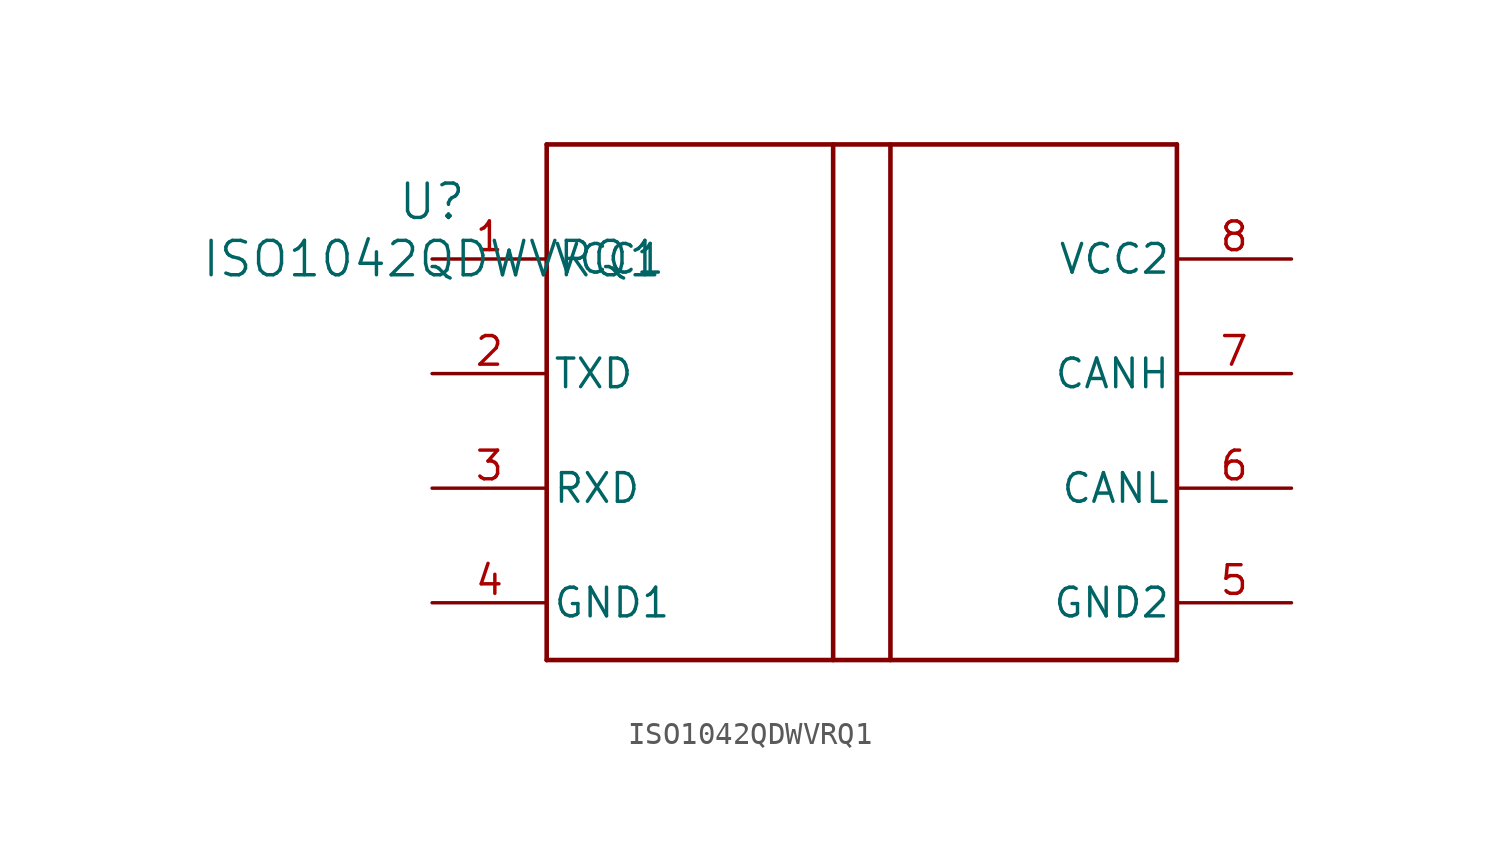
<source format=kicad_sym>
(kicad_symbol_lib
  (version 20211014)
  (generator kicad_symbol_editor)
  (symbol "ISO1042QDWVRQ1"
    (pin_names
      (offset 0.254))
    (property "Reference" "U"
      (at 0 2.54 0)
      (effects (font (size 1.524 1.524))))
    (property "Value" "ISO1042QDWVRQ1"
      (at 0 0 0)
      (effects (font (size 1.524 1.524))))
    (symbol "ISO1042QDWVRQ1_0_1"
      (polyline (pts (xy 5.08 -17.78) (xy 33.02 -17.78)) (stroke (width 0.203) (type default) (color 0 0 0 0)) (fill (type none)))
      (polyline (pts (xy 33.02 -17.78) (xy 33.02 5.08)) (stroke (width 0.203) (type default) (color 0 0 0 0)) (fill (type none)))
      (polyline (pts (xy 33.02 5.08) (xy 5.08 5.08)) (stroke (width 0.203) (type default) (color 0 0 0 0)) (fill (type none)))
      (polyline (pts (xy 5.08 5.08) (xy 5.08 -17.78)) (stroke (width 0.203) (type default) (color 0 0 0 0)) (fill (type none)))
      (polyline (pts (xy 17.78 5.08) (xy 17.78 -17.78)) (stroke (width 0.203) (type default) (color 0 0 0 0)) (fill (type none)))
      (polyline (pts (xy 20.32 5.08) (xy 20.32 -17.78)) (stroke (width 0.203) (type default) (color 0 0 0 0)) (fill (type none)))
      (pin power_in line (at 0 0 0) (length 5.08) (name "VCC1" (effects (font (size 1.27 1.27)))) (number "1" (effects (font (size 1.27 1.27)))))
      (pin input line (at 0 -5.08 0) (length 5.08) (name "TXD" (effects (font (size 1.27 1.27)))) (number "2" (effects (font (size 1.27 1.27)))))
      (pin output line (at 0 -10.16 0) (length 5.08) (name "RXD" (effects (font (size 1.27 1.27)))) (number "3" (effects (font (size 1.27 1.27)))))
      (pin power_in line (at 0 -15.24 0) (length 5.08) (name "GND1" (effects (font (size 1.27 1.27)))) (number "4" (effects (font (size 1.27 1.27)))))
      (pin power_in line (at 38.1 -15.24 180) (length 5.08) (name "GND2" (effects (font (size 1.27 1.27)))) (number "5" (effects (font (size 1.27 1.27)))))
      (pin bidirectional line (at 38.1 -10.16 180) (length 5.08) (name "CANL" (effects (font (size 1.27 1.27)))) (number "6" (effects (font (size 1.27 1.27)))))
      (pin bidirectional line (at 38.1 -5.08 180) (length 5.08) (name "CANH" (effects (font (size 1.27 1.27)))) (number "7" (effects (font (size 1.27 1.27)))))
      (pin power_in line (at 38.1 0 180) (length 5.08) (name "VCC2" (effects (font (size 1.27 1.27)))) (number "8" (effects (font (size 1.27 1.27))))))))
</source>
